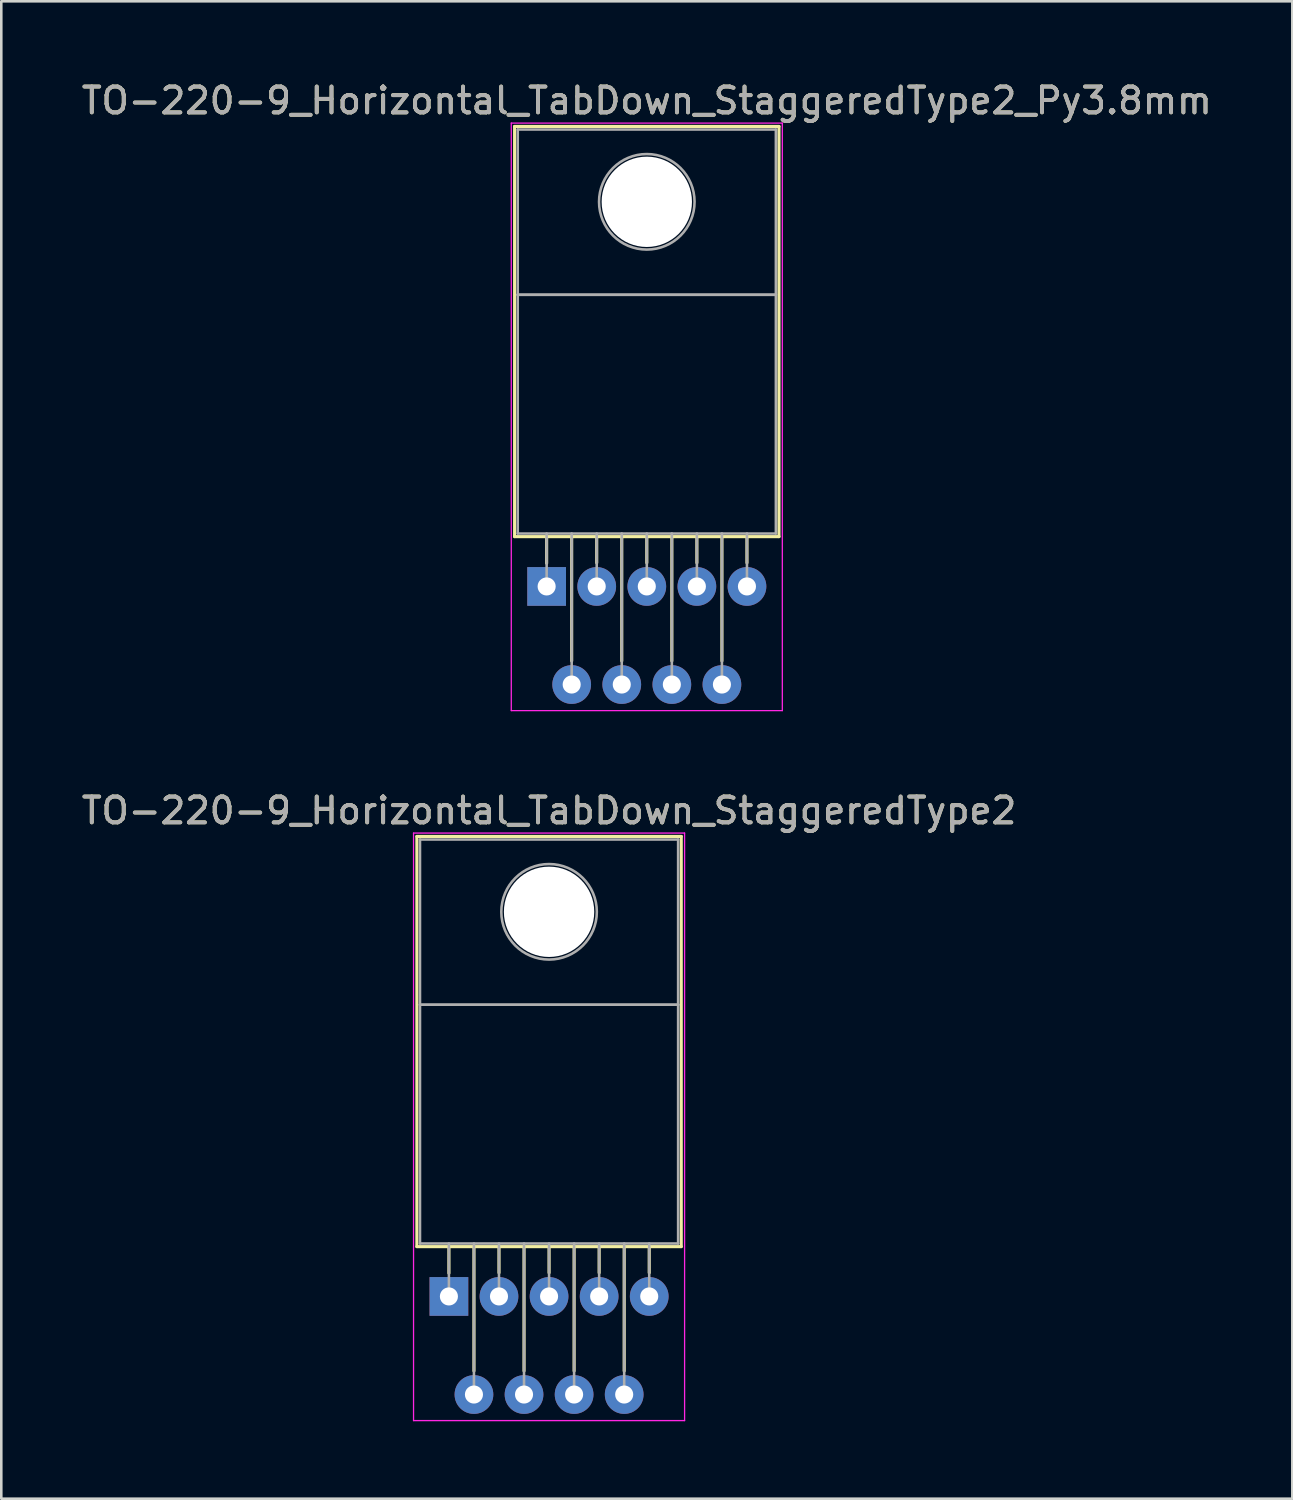
<source format=kicad_pcb>
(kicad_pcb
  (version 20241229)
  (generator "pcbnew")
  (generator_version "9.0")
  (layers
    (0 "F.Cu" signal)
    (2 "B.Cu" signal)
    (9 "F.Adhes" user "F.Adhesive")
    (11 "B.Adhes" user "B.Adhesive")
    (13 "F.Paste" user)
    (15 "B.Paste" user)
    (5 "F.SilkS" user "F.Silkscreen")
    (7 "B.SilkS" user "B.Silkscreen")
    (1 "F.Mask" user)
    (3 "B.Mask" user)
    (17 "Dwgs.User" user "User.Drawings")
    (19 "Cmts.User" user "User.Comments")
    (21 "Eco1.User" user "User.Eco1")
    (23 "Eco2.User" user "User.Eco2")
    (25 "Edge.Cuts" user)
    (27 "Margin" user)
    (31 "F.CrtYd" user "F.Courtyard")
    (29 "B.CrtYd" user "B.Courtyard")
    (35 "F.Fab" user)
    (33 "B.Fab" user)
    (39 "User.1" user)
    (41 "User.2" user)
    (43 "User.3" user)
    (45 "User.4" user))
  (footprint "TO-220-9_Horizontal_TabDown_StaggeredType2_Py3.8mm"
    (layer "F.Cu")
    (at 18.126 19.668)
    (property "Reference" "TO-220-9_Horizontal_TabDown_StaggeredType2_Py3.8mm" (at 3.88 -18.82 0) (layer "F.SilkS") (effects (font (size 1 1) (thickness 0.15))))
    (attr through_hole)
    (fp_line (start -1.241 -17.82) (end -1.241 -1.93) (stroke (width 0.12) (type solid)) (layer "F.SilkS"))
    (fp_line (start -1.241 -17.82) (end 9 -17.82) (stroke (width 0.12) (type solid)) (layer "F.SilkS"))
    (fp_line (start -1.241 -1.93) (end 9 -1.93) (stroke (width 0.12) (type solid)) (layer "F.SilkS"))
    (fp_line (start 0 -1.93) (end 0 -0.9) (stroke (width 0.12) (type solid)) (layer "F.SilkS"))
    (fp_line (start 0.97 -1.93) (end 0.97 2.885) (stroke (width 0.12) (type solid)) (layer "F.SilkS"))
    (fp_line (start 1.94 -1.93) (end 1.94 -0.916) (stroke (width 0.12) (type solid)) (layer "F.SilkS"))
    (fp_line (start 2.91 -1.93) (end 2.91 2.885) (stroke (width 0.12) (type solid)) (layer "F.SilkS"))
    (fp_line (start 3.88 -1.93) (end 3.88 -0.916) (stroke (width 0.12) (type solid)) (layer "F.SilkS"))
    (fp_line (start 4.85 -1.93) (end 4.85 2.885) (stroke (width 0.12) (type solid)) (layer "F.SilkS"))
    (fp_line (start 5.82 -1.93) (end 5.82 -0.916) (stroke (width 0.12) (type solid)) (layer "F.SilkS"))
    (fp_line (start 6.79 -1.93) (end 6.79 2.885) (stroke (width 0.12) (type solid)) (layer "F.SilkS"))
    (fp_line (start 7.76 -1.93) (end 7.76 -0.916) (stroke (width 0.12) (type solid)) (layer "F.SilkS"))
    (fp_line (start 9 -17.82) (end 9 -1.93) (stroke (width 0.12) (type solid)) (layer "F.SilkS"))
    (fp_line (start -1.37 -17.95) (end -1.37 4.81) (stroke (width 0.05) (type solid)) (layer "F.CrtYd"))
    (fp_line (start -1.37 4.81) (end 9.13 4.81) (stroke (width 0.05) (type solid)) (layer "F.CrtYd"))
    (fp_line (start 9.13 -17.95) (end -1.37 -17.95) (stroke (width 0.05) (type solid)) (layer "F.CrtYd"))
    (fp_line (start 9.13 4.81) (end 9.13 -17.95) (stroke (width 0.05) (type solid)) (layer "F.CrtYd"))
    (fp_line (start -1.12 -17.7) (end 8.88 -17.7) (stroke (width 0.1) (type solid)) (layer "F.Fab"))
    (fp_line (start -1.12 -11.3) (end -1.12 -17.7) (stroke (width 0.1) (type solid)) (layer "F.Fab"))
    (fp_line (start -1.12 -11.3) (end 8.88 -11.3) (stroke (width 0.1) (type solid)) (layer "F.Fab"))
    (fp_line (start -1.12 -2.05) (end -1.12 -11.3) (stroke (width 0.1) (type solid)) (layer "F.Fab"))
    (fp_line (start 0 -2.05) (end 0 0) (stroke (width 0.1) (type solid)) (layer "F.Fab"))
    (fp_line (start 0.97 -2.05) (end 0.97 3.8) (stroke (width 0.1) (type solid)) (layer "F.Fab"))
    (fp_line (start 1.94 -2.05) (end 1.94 0) (stroke (width 0.1) (type solid)) (layer "F.Fab"))
    (fp_line (start 2.91 -2.05) (end 2.91 3.8) (stroke (width 0.1) (type solid)) (layer "F.Fab"))
    (fp_line (start 3.88 -2.05) (end 3.88 0) (stroke (width 0.1) (type solid)) (layer "F.Fab"))
    (fp_line (start 4.85 -2.05) (end 4.85 3.8) (stroke (width 0.1) (type solid)) (layer "F.Fab"))
    (fp_line (start 5.82 -2.05) (end 5.82 0) (stroke (width 0.1) (type solid)) (layer "F.Fab"))
    (fp_line (start 6.79 -2.05) (end 6.79 3.8) (stroke (width 0.1) (type solid)) (layer "F.Fab"))
    (fp_line (start 7.76 -2.05) (end 7.76 0) (stroke (width 0.1) (type solid)) (layer "F.Fab"))
    (fp_line (start 8.88 -17.7) (end 8.88 -11.3) (stroke (width 0.1) (type solid)) (layer "F.Fab"))
    (fp_line (start 8.88 -11.3) (end -1.12 -11.3) (stroke (width 0.1) (type solid)) (layer "F.Fab"))
    (fp_line (start 8.88 -11.3) (end 8.88 -2.05) (stroke (width 0.1) (type solid)) (layer "F.Fab"))
    (fp_line (start 8.88 -2.05) (end -1.12 -2.05) (stroke (width 0.1) (type solid)) (layer "F.Fab"))
    (fp_circle (center 3.88 -14.9) (end 5.73 -14.9) (stroke (width 0.1) (type solid)) (fill no) (layer "F.Fab"))
    (fp_text user "${REFERENCE}" (at 3.88 -18.82 0) (layer "F.Fab") (effects (font (size 1 1) (thickness 0.15))))
    (pad "" np_thru_hole oval (at 3.88 -14.9) (size 3.5 3.5) (drill 3.5) (layers "*.Cu" "*.Mask"))
    (pad "1" thru_hole rect (at 0 0) (size 1.5 1.5) (drill 0.7) (layers "*.Cu" "*.Mask"))
    (pad "2" thru_hole oval (at 0.97 3.8) (size 1.5 1.5) (drill 0.7) (layers "*.Cu" "*.Mask"))
    (pad "3" thru_hole oval (at 1.94 0) (size 1.5 1.5) (drill 0.7) (layers "*.Cu" "*.Mask"))
    (pad "4" thru_hole oval (at 2.91 3.8) (size 1.5 1.5) (drill 0.7) (layers "*.Cu" "*.Mask"))
    (pad "5" thru_hole oval (at 3.88 0) (size 1.5 1.5) (drill 0.7) (layers "*.Cu" "*.Mask"))
    (pad "6" thru_hole oval (at 4.85 3.8) (size 1.5 1.5) (drill 0.7) (layers "*.Cu" "*.Mask"))
    (pad "7" thru_hole oval (at 5.82 0) (size 1.5 1.5) (drill 0.7) (layers "*.Cu" "*.Mask"))
    (pad "8" thru_hole oval (at 6.79 3.8) (size 1.5 1.5) (drill 0.7) (layers "*.Cu" "*.Mask"))
    (pad "9" thru_hole oval (at 7.76 0) (size 1.5 1.5) (drill 0.7) (layers "*.Cu" "*.Mask")))
  (footprint "TO-220-9_Horizontal_TabDown_StaggeredType2"
    (layer "F.Cu")
    (at 14.34 47.172)
    (property "Reference" "TO-220-9_Horizontal_TabDown_StaggeredType2" (at 3.88 -18.82 0) (layer "F.SilkS") (effects (font (size 1 1) (thickness 0.15))))
    (attr through_hole)
    (fp_line (start -1.241 -17.82) (end -1.241 -1.93) (stroke (width 0.12) (type solid)) (layer "F.SilkS"))
    (fp_line (start -1.241 -17.82) (end 9 -17.82) (stroke (width 0.12) (type solid)) (layer "F.SilkS"))
    (fp_line (start -1.241 -1.93) (end 9 -1.93) (stroke (width 0.12) (type solid)) (layer "F.SilkS"))
    (fp_line (start 0 -1.93) (end 0 -0.9) (stroke (width 0.12) (type solid)) (layer "F.SilkS"))
    (fp_line (start 0.97 -1.93) (end 0.97 2.885) (stroke (width 0.12) (type solid)) (layer "F.SilkS"))
    (fp_line (start 1.94 -1.93) (end 1.94 -0.916) (stroke (width 0.12) (type solid)) (layer "F.SilkS"))
    (fp_line (start 2.91 -1.93) (end 2.91 2.885) (stroke (width 0.12) (type solid)) (layer "F.SilkS"))
    (fp_line (start 3.88 -1.93) (end 3.88 -0.916) (stroke (width 0.12) (type solid)) (layer "F.SilkS"))
    (fp_line (start 4.85 -1.93) (end 4.85 2.885) (stroke (width 0.12) (type solid)) (layer "F.SilkS"))
    (fp_line (start 5.82 -1.93) (end 5.82 -0.916) (stroke (width 0.12) (type solid)) (layer "F.SilkS"))
    (fp_line (start 6.79 -1.93) (end 6.79 2.885) (stroke (width 0.12) (type solid)) (layer "F.SilkS"))
    (fp_line (start 7.76 -1.93) (end 7.76 -0.916) (stroke (width 0.12) (type solid)) (layer "F.SilkS"))
    (fp_line (start 9 -17.82) (end 9 -1.93) (stroke (width 0.12) (type solid)) (layer "F.SilkS"))
    (fp_line (start -1.37 -17.95) (end -1.37 4.81) (stroke (width 0.05) (type solid)) (layer "F.CrtYd"))
    (fp_line (start -1.37 4.81) (end 9.13 4.81) (stroke (width 0.05) (type solid)) (layer "F.CrtYd"))
    (fp_line (start 9.13 -17.95) (end -1.37 -17.95) (stroke (width 0.05) (type solid)) (layer "F.CrtYd"))
    (fp_line (start 9.13 4.81) (end 9.13 -17.95) (stroke (width 0.05) (type solid)) (layer "F.CrtYd"))
    (fp_line (start -1.12 -17.7) (end 8.88 -17.7) (stroke (width 0.1) (type solid)) (layer "F.Fab"))
    (fp_line (start -1.12 -11.3) (end -1.12 -17.7) (stroke (width 0.1) (type solid)) (layer "F.Fab"))
    (fp_line (start -1.12 -11.3) (end 8.88 -11.3) (stroke (width 0.1) (type solid)) (layer "F.Fab"))
    (fp_line (start -1.12 -2.05) (end -1.12 -11.3) (stroke (width 0.1) (type solid)) (layer "F.Fab"))
    (fp_line (start 0 -2.05) (end 0 0) (stroke (width 0.1) (type solid)) (layer "F.Fab"))
    (fp_line (start 0.97 -2.05) (end 0.97 3.8) (stroke (width 0.1) (type solid)) (layer "F.Fab"))
    (fp_line (start 1.94 -2.05) (end 1.94 0) (stroke (width 0.1) (type solid)) (layer "F.Fab"))
    (fp_line (start 2.91 -2.05) (end 2.91 3.8) (stroke (width 0.1) (type solid)) (layer "F.Fab"))
    (fp_line (start 3.88 -2.05) (end 3.88 0) (stroke (width 0.1) (type solid)) (layer "F.Fab"))
    (fp_line (start 4.85 -2.05) (end 4.85 3.8) (stroke (width 0.1) (type solid)) (layer "F.Fab"))
    (fp_line (start 5.82 -2.05) (end 5.82 0) (stroke (width 0.1) (type solid)) (layer "F.Fab"))
    (fp_line (start 6.79 -2.05) (end 6.79 3.8) (stroke (width 0.1) (type solid)) (layer "F.Fab"))
    (fp_line (start 7.76 -2.05) (end 7.76 0) (stroke (width 0.1) (type solid)) (layer "F.Fab"))
    (fp_line (start 8.88 -17.7) (end 8.88 -11.3) (stroke (width 0.1) (type solid)) (layer "F.Fab"))
    (fp_line (start 8.88 -11.3) (end -1.12 -11.3) (stroke (width 0.1) (type solid)) (layer "F.Fab"))
    (fp_line (start 8.88 -11.3) (end 8.88 -2.05) (stroke (width 0.1) (type solid)) (layer "F.Fab"))
    (fp_line (start 8.88 -2.05) (end -1.12 -2.05) (stroke (width 0.1) (type solid)) (layer "F.Fab"))
    (fp_circle (center 3.88 -14.9) (end 5.73 -14.9) (stroke (width 0.1) (type solid)) (fill no) (layer "F.Fab"))
    (fp_text user "${REFERENCE}" (at 3.88 -18.82 0) (layer "F.Fab") (effects (font (size 1 1) (thickness 0.15))))
    (pad "" np_thru_hole oval (at 3.88 -14.9) (size 3.5 3.5) (drill 3.5) (layers "*.Cu" "*.Mask"))
    (pad "1" thru_hole rect (at 0 0) (size 1.5 1.5) (drill 0.7) (layers "*.Cu" "*.Mask"))
    (pad "2" thru_hole oval (at 0.97 3.8) (size 1.5 1.5) (drill 0.7) (layers "*.Cu" "*.Mask"))
    (pad "3" thru_hole oval (at 1.94 0) (size 1.5 1.5) (drill 0.7) (layers "*.Cu" "*.Mask"))
    (pad "4" thru_hole oval (at 2.91 3.8) (size 1.5 1.5) (drill 0.7) (layers "*.Cu" "*.Mask"))
    (pad "5" thru_hole oval (at 3.88 0) (size 1.5 1.5) (drill 0.7) (layers "*.Cu" "*.Mask"))
    (pad "6" thru_hole oval (at 4.85 3.8) (size 1.5 1.5) (drill 0.7) (layers "*.Cu" "*.Mask"))
    (pad "7" thru_hole oval (at 5.82 0) (size 1.5 1.5) (drill 0.7) (layers "*.Cu" "*.Mask"))
    (pad "8" thru_hole oval (at 6.79 3.8) (size 1.5 1.5) (drill 0.7) (layers "*.Cu" "*.Mask"))
    (pad "9" thru_hole oval (at 7.76 0) (size 1.5 1.5) (drill 0.7) (layers "*.Cu" "*.Mask")))
  (gr_rect
    (start -3 -3)
    (end 47.012 55.007)
    (stroke (width 0.1) (type default))
    (fill no)
    (layer "Edge.Cuts")))
</source>
